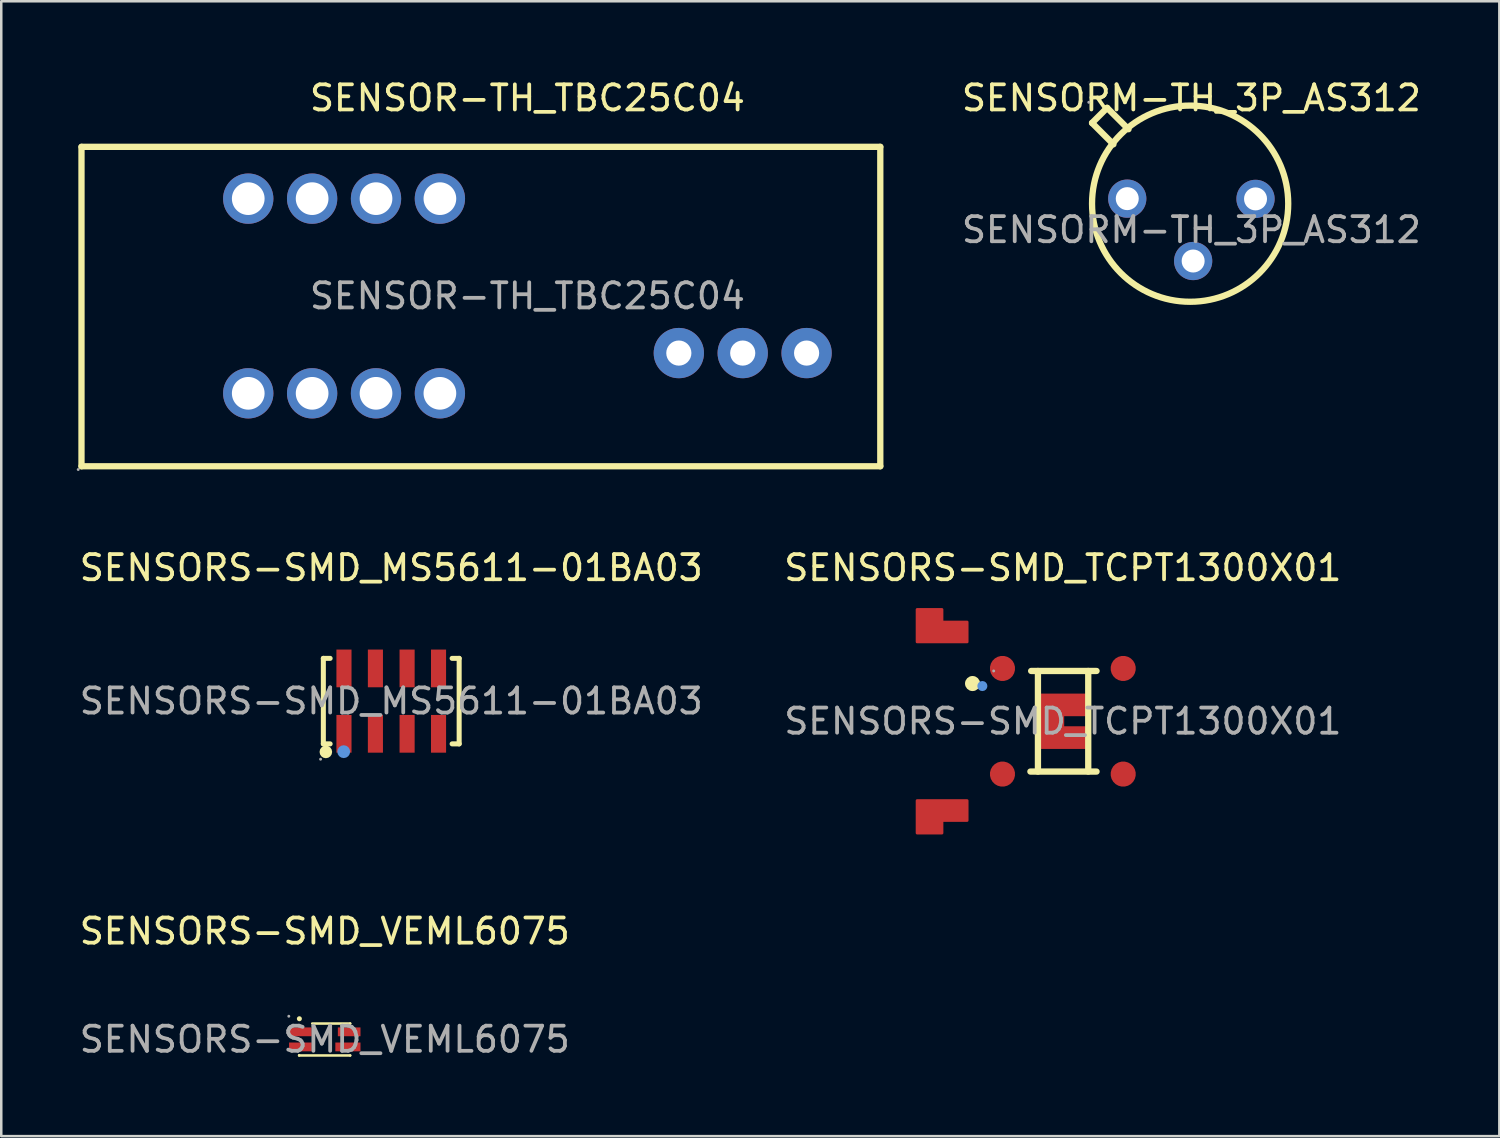
<source format=kicad_pcb>
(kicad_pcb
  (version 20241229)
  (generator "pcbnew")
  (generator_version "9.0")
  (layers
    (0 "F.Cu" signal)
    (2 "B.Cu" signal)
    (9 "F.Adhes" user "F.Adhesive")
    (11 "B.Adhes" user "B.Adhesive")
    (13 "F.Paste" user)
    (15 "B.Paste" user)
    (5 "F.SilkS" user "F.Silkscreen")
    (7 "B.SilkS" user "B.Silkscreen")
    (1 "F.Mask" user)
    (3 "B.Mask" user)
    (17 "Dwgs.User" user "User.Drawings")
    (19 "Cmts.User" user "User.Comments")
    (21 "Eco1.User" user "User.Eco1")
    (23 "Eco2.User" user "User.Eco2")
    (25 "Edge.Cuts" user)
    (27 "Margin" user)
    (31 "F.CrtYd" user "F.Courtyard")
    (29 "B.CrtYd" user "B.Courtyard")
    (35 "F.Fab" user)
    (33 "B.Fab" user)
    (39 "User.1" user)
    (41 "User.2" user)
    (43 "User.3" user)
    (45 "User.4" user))
  (footprint "SENSORM-TH_3P_AS312"
    (layer "F.Cu")
    (at 44.319 6.088)
    (property "Reference" "SENSORM-TH_3P_AS312" (at 0 -5.24 0) (layer "F.SilkS") (effects (font (size 1 1) (thickness 0.15))))
    (attr through_hole)
    (fp_line (start -3.95 -4.25) (end -3.35 -4.85) (stroke (width 0.25) (type solid)) (layer "F.SilkS"))
    (fp_line (start -3.35 -4.85) (end -2.5 -4) (stroke (width 0.25) (type solid)) (layer "F.SilkS"))
    (fp_line (start -3.1 -3.4) (end -3.95 -4.25) (stroke (width 0.25) (type solid)) (layer "F.SilkS"))
    (fp_circle (center -0.05 -1.04) (end 3.85 -1.04) (stroke (width 0.25) (type solid)) (fill no) (layer "F.SilkS"))
    (fp_circle (center -4.08 -5.07) (end -4.05 -5.07) (stroke (width 0.06) (type solid)) (fill no) (layer "F.Fab"))
    (fp_circle (center -2.55 -1.24) (end -2.37 -1.24) (stroke (width 0.36) (type solid)) (fill no) (layer "F.Fab"))
    (fp_circle (center 0.07 1.24) (end 0.25 1.24) (stroke (width 0.36) (type solid)) (fill no) (layer "F.Fab"))
    (fp_circle (center 2.55 -1.23) (end 2.73 -1.23) (stroke (width 0.36) (type solid)) (fill no) (layer "F.Fab"))
    (fp_text user "${REFERENCE}" (at 0 0 0) (layer "F.Fab") (effects (font (size 1 1) (thickness 0.15))))
    (pad "1" thru_hole circle (at -2.55 -1.24) (size 1.52 1.52) (drill 0.914) (layers "*.Cu" "*.Paste" "*.Mask"))
    (pad "2" thru_hole circle (at 0.07 1.24) (size 1.52 1.52) (drill 0.914) (layers "*.Cu" "*.Paste" "*.Mask"))
    (pad "3" thru_hole circle (at 2.55 -1.23) (size 1.52 1.52) (drill 0.914) (layers "*.Cu" "*.Paste" "*.Mask")))
  (footprint "SENSORS-SMD_TCPT1300X01"
    (layer "F.Cu")
    (at 39.208 25.627)
    (property "Reference" "SENSORS-SMD_TCPT1300X01" (at 0 -6.1 0) (layer "F.SilkS") (effects (font (size 1 1) (thickness 0.15))))
    (attr through_hole)
    (fp_line (start -1.29 2) (end 1.34 2) (stroke (width 0.25) (type solid)) (layer "F.SilkS"))
    (fp_line (start -1.26 -2) (end 1.34 -2) (stroke (width 0.25) (type solid)) (layer "F.SilkS"))
    (fp_line (start -0.99 -2) (end -0.99 2) (stroke (width 0.25) (type solid)) (layer "F.SilkS"))
    (fp_line (start 1.01 -2) (end 1.01 2) (stroke (width 0.25) (type solid)) (layer "F.SilkS"))
    (fp_arc (start -3.59 -1.5) (mid -3.59 -1.5) (end -3.59 -1.5) (stroke (width 0.3) (type solid)) (layer "F.SilkS"))
    (fp_circle (center -3.2 -1.4) (end -3.1 -1.4) (stroke (width 0.2) (type solid)) (fill no) (layer "Cmts.User"))
    (fp_circle (center -2.75 -2) (end -2.72 -2) (stroke (width 0.06) (type solid)) (fill no) (layer "F.Fab"))
    (fp_text user "${REFERENCE}" (at 0 0 0) (layer "F.Fab") (effects (font (size 1 1) (thickness 0.15))))
    (pad "1" smd custom (at -2.4 -2.1) (size 1 1) (layers "F.Cu" "F.Mask" "F.Paste") (options (anchor circle)) (primitives (gr_poly (pts (xy -3.4 -2.35) (xy -2.4 -2.35) (xy -2.4 -1.85) (xy -1.4 -1.85) (xy -1.4 -1.05) (xy -3.4 -1.05)) (width 0.1) (fill yes))))
    (pad "2" smd custom (at -2.4 2.1) (size 1 1) (layers "F.Cu" "F.Mask" "F.Paste") (options (anchor circle)) (primitives (gr_poly (pts (xy -3.4 2.35) (xy -2.4 2.35) (xy -2.4 1.85) (xy -1.4 1.85) (xy -1.4 1.05) (xy -3.4 1.05)) (width 0.1) (fill yes))))
    (pad "3" smd custom (at 2.4 2.1 180) (size 1 1) (layers "F.Cu" "F.Mask" "F.Paste") (options (anchor circle)) (primitives (gr_poly (pts (xy 3.4 2.35) (xy 2.4 2.35) (xy 2.4 1.85) (xy 1.4 1.85) (xy 1.4 1.05) (xy 3.4 1.05)) (width 0.1) (fill yes))))
    (pad "4" smd custom (at 2.4 -2.1 180) (size 1 1) (layers "F.Cu" "F.Mask" "F.Paste") (options (anchor circle)) (primitives (gr_poly (pts (xy 3.4 -2.35) (xy 2.4 -2.35) (xy 2.4 -1.85) (xy 1.4 -1.85) (xy 1.4 -1.05) (xy 3.4 -1.05)) (width 0.1) (fill yes)))))
  (footprint "SENSOR-TH_TBC25C04"
    (layer "F.Cu")
    (at 17.92 8.718)
    (property "Reference" "SENSOR-TH_TBC25C04" (at 0 -7.87 0) (layer "F.SilkS") (effects (font (size 1 1) (thickness 0.15))))
    (attr through_hole)
    (fp_line (start -17.73 -5.93) (end 14.03 -5.93) (stroke (width 0.25) (type solid)) (layer "F.SilkS"))
    (fp_line (start -17.73 6.77) (end -17.73 -5.93) (stroke (width 0.25) (type solid)) (layer "F.SilkS"))
    (fp_line (start -17.73 6.77) (end 14.03 6.77) (stroke (width 0.25) (type solid)) (layer "F.SilkS"))
    (fp_line (start 14.03 -5.93) (end 14.03 6.77) (stroke (width 0.25) (type solid)) (layer "F.SilkS"))
    (fp_circle (center -17.86 6.9) (end -17.83 6.9) (stroke (width 0.06) (type solid)) (fill no) (layer "F.Fab"))
    (fp_circle (center -11.1 -3.87) (end -10.82 -3.87) (stroke (width 0.55) (type solid)) (fill no) (layer "F.Fab"))
    (fp_circle (center -11.1 3.88) (end -10.82 3.88) (stroke (width 0.55) (type solid)) (fill no) (layer "F.Fab"))
    (fp_circle (center -8.56 -3.87) (end -8.28 -3.87) (stroke (width 0.55) (type solid)) (fill no) (layer "F.Fab"))
    (fp_circle (center -8.56 3.88) (end -8.28 3.88) (stroke (width 0.55) (type solid)) (fill no) (layer "F.Fab"))
    (fp_circle (center -6.02 -3.87) (end -5.74 -3.87) (stroke (width 0.55) (type solid)) (fill no) (layer "F.Fab"))
    (fp_circle (center -6.02 3.88) (end -5.74 3.88) (stroke (width 0.55) (type solid)) (fill no) (layer "F.Fab"))
    (fp_circle (center -3.48 -3.87) (end -3.2 -3.87) (stroke (width 0.55) (type solid)) (fill no) (layer "F.Fab"))
    (fp_circle (center -3.48 3.88) (end -3.2 3.88) (stroke (width 0.55) (type solid)) (fill no) (layer "F.Fab"))
    (fp_circle (center 6.02 2.27) (end 6.22 2.27) (stroke (width 0.4) (type solid)) (fill no) (layer "F.Fab"))
    (fp_circle (center 8.56 2.27) (end 8.76 2.27) (stroke (width 0.4) (type solid)) (fill no) (layer "F.Fab"))
    (fp_circle (center 11.1 2.27) (end 11.3 2.27) (stroke (width 0.4) (type solid)) (fill no) (layer "F.Fab"))
    (fp_text user "${REFERENCE}" (at 0 0 0) (layer "F.Fab") (effects (font (size 1 1) (thickness 0.15))))
    (pad "1" thru_hole circle (at -11.1 3.87) (size 2 2) (drill 1.3) (layers "*.Cu" "*.Paste" "*.Mask"))
    (pad "2" thru_hole circle (at -8.56 3.87) (size 2 2) (drill 1.3) (layers "*.Cu" "*.Paste" "*.Mask"))
    (pad "3" thru_hole circle (at -6.02 3.87) (size 2 2) (drill 1.3) (layers "*.Cu" "*.Paste" "*.Mask"))
    (pad "4" thru_hole circle (at -3.48 3.87) (size 2 2) (drill 1.3) (layers "*.Cu" "*.Paste" "*.Mask"))
    (pad "5" thru_hole circle (at -11.1 -3.87) (size 2 2) (drill 1.3) (layers "*.Cu" "*.Paste" "*.Mask"))
    (pad "6" thru_hole circle (at -8.56 -3.87) (size 2 2) (drill 1.3) (layers "*.Cu" "*.Paste" "*.Mask"))
    (pad "7" thru_hole circle (at -6.02 -3.87) (size 2 2) (drill 1.3) (layers "*.Cu" "*.Paste" "*.Mask"))
    (pad "8" thru_hole circle (at -3.48 -3.87) (size 2 2) (drill 1.3) (layers "*.Cu" "*.Paste" "*.Mask"))
    (pad "9" thru_hole circle (at 6.02 2.27) (size 2 2) (drill 1) (layers "*.Cu" "*.Paste" "*.Mask"))
    (pad "10" thru_hole circle (at 8.56 2.27) (size 2 2) (drill 1) (layers "*.Cu" "*.Paste" "*.Mask"))
    (pad "11" thru_hole circle (at 11.1 2.27) (size 2 2) (drill 1) (layers "*.Cu" "*.Paste" "*.Mask")))
  (footprint "SENSORS-SMD_VEML6075"
    (layer "F.Cu")
    (at 9.863 38.275)
    (property "Reference" "SENSORS-SMD_VEML6075" (at 0 -4.3 0) (layer "F.SilkS") (effects (font (size 1 1) (thickness 0.15))))
    (attr through_hole)
    (fp_line (start -1.02 0.64) (end -1.02 0.63) (stroke (width 0.1) (type solid)) (layer "F.SilkS"))
    (fp_line (start -0.5 -0.63) (end 1.01 -0.63) (stroke (width 0.1) (type solid)) (layer "F.SilkS"))
    (fp_line (start 1.01 -0.63) (end 1.01 -0.63) (stroke (width 0.1) (type solid)) (layer "F.SilkS"))
    (fp_line (start 1.01 0.64) (end -1.02 0.64) (stroke (width 0.1) (type solid)) (layer "F.SilkS"))
    (fp_line (start 1.01 0.64) (end 1.01 0.64) (stroke (width 0.1) (type solid)) (layer "F.SilkS"))
    (fp_circle (center -1.01 -0.82) (end -0.96 -0.82) (stroke (width 0.1) (type solid)) (fill no) (layer "F.SilkS"))
    (fp_circle (center -1.43 -0.92) (end -1.4 -0.92) (stroke (width 0.06) (type solid)) (fill no) (layer "F.Fab"))
    (fp_text user "${REFERENCE}" (at 0 0 0) (layer "F.Fab") (effects (font (size 1 1) (thickness 0.15))))
    (pad "1" smd rect (at -0.97 -0.3) (size 0.9 0.35) (layers "F.Cu" "F.Mask" "F.Paste"))
    (pad "2" smd rect (at -0.97 0.3) (size 0.9 0.35) (layers "F.Cu" "F.Mask" "F.Paste"))
    (pad "3" smd rect (at 0.92 0.3) (size 1 0.35) (layers "F.Cu" "F.Mask" "F.Paste"))
    (pad "4" smd rect (at 0.97 -0.3) (size 0.9 0.35) (layers "F.Cu" "F.Mask" "F.Paste")))
  (footprint "SENSORS-SMD_MS5611-01BA03"
    (layer "F.Cu")
    (at 12.506 24.826)
    (property "Reference" "SENSORS-SMD_MS5611-01BA03" (at 0 -5.3 0) (layer "F.SilkS") (effects (font (size 1 1) (thickness 0.15))))
    (attr through_hole)
    (fp_line (start -2.7 -1.7) (end -2.43 -1.7) (stroke (width 0.2) (type solid)) (layer "F.SilkS"))
    (fp_line (start -2.7 1.7) (end -2.7 -1.7) (stroke (width 0.2) (type solid)) (layer "F.SilkS"))
    (fp_line (start -2.43 1.7) (end -2.7 1.7) (stroke (width 0.2) (type solid)) (layer "F.SilkS"))
    (fp_line (start 2.42 1.7) (end 2.7 1.7) (stroke (width 0.2) (type solid)) (layer "F.SilkS"))
    (fp_line (start 2.7 -1.7) (end 2.42 -1.7) (stroke (width 0.2) (type solid)) (layer "F.SilkS"))
    (fp_line (start 2.7 1.7) (end 2.7 -1.7) (stroke (width 0.2) (type solid)) (layer "F.SilkS"))
    (fp_arc (start -2.6 2.02) (mid -2.6 2.02) (end -2.6 2.02) (stroke (width 0.25) (type solid)) (layer "F.SilkS"))
    (fp_circle (center -1.89 2.01) (end -1.76 2.01) (stroke (width 0.25) (type solid)) (fill no) (layer "Cmts.User"))
    (fp_circle (center -2.81 2.31) (end -2.78 2.31) (stroke (width 0.06) (type solid)) (fill no) (layer "F.Fab"))
    (fp_text user "${REFERENCE}" (at 0 0 0) (layer "F.Fab") (effects (font (size 1 1) (thickness 0.15))))
    (pad "1" smd rect (at -1.88 1.3 90) (size 1.5 0.6) (layers "F.Cu" "F.Mask" "F.Paste"))
    (pad "2" smd rect (at -0.63 1.3 90) (size 1.5 0.6) (layers "F.Cu" "F.Mask" "F.Paste"))
    (pad "3" smd rect (at 0.63 1.3 90) (size 1.5 0.6) (layers "F.Cu" "F.Mask" "F.Paste"))
    (pad "4" smd rect (at 1.88 1.3 90) (size 1.5 0.6) (layers "F.Cu" "F.Mask" "F.Paste"))
    (pad "5" smd rect (at 1.88 -1.3 90) (size 1.5 0.6) (layers "F.Cu" "F.Mask" "F.Paste"))
    (pad "6" smd rect (at 0.63 -1.3 90) (size 1.5 0.6) (layers "F.Cu" "F.Mask" "F.Paste"))
    (pad "7" smd rect (at -0.63 -1.3 90) (size 1.5 0.6) (layers "F.Cu" "F.Mask" "F.Paste"))
    (pad "8" smd rect (at -1.88 -1.3 90) (size 1.5 0.6) (layers "F.Cu" "F.Mask" "F.Paste")))
  (gr_rect
    (start -3 -3)
    (end 56.563 42.123)
    (stroke (width 0.1) (type default))
    (fill no)
    (layer "Edge.Cuts")))
</source>
